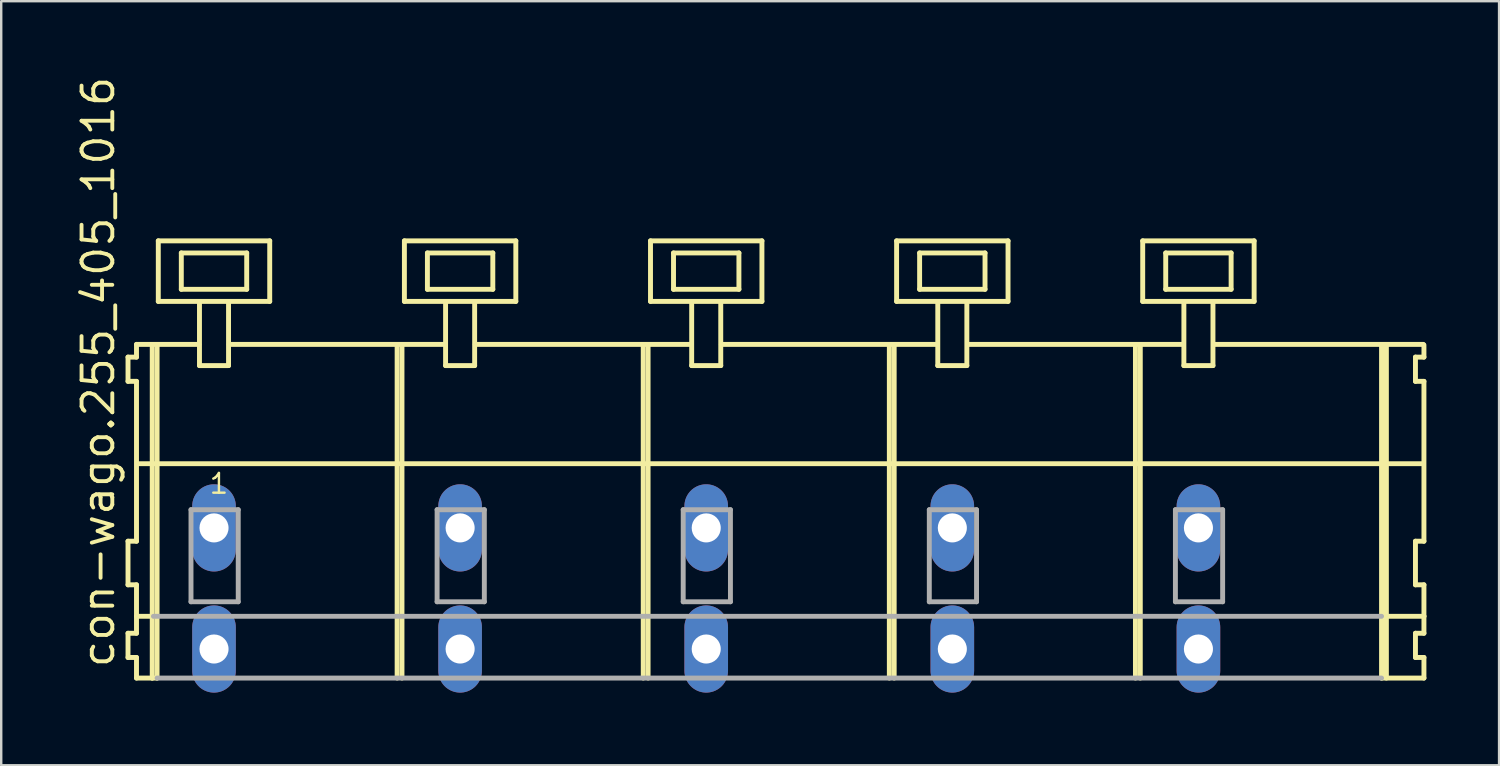
<source format=kicad_pcb>
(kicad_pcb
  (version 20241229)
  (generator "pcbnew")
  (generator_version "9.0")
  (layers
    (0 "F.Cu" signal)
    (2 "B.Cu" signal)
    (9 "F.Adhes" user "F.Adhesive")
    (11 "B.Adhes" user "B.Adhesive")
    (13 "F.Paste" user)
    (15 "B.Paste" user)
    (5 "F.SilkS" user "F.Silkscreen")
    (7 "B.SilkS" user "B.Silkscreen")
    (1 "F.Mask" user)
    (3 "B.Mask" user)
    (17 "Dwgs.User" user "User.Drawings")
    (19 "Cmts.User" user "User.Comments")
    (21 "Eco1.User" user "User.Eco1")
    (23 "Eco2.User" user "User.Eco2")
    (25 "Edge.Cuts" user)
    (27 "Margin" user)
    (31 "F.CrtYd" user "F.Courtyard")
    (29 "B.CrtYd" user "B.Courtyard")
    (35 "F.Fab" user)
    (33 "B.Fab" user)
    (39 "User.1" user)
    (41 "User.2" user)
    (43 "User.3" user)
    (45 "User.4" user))
  (footprint "con-wago.255_405_1016"
    (layer "F.Cu")
    (at 23.565 18.743)
    (property "Reference" "con-wago.255_405_1016" (at -21.815 5.855 90) (layer "F.SilkS") (effects (font (size 1.27 1.27) (thickness 0.16)) (justify left bottom)))
    (attr through_hole)
    (fp_line (start -21.33 -7.05) (end -21.33 -6.05) (stroke (width 0.203) (type default)) (layer "F.SilkS"))
    (fp_line (start -21.33 -6.05) (end -20.98 -6.05) (stroke (width 0.203) (type default)) (layer "F.SilkS"))
    (fp_line (start -21.33 0.55) (end -21.33 2.35) (stroke (width 0.203) (type default)) (layer "F.SilkS"))
    (fp_line (start -21.33 2.35) (end -20.98 2.35) (stroke (width 0.203) (type default)) (layer "F.SilkS"))
    (fp_line (start -21.33 4.35) (end -21.33 5.35) (stroke (width 0.203) (type default)) (layer "F.SilkS"))
    (fp_line (start -21.33 5.35) (end -20.98 5.35) (stroke (width 0.203) (type default)) (layer "F.SilkS"))
    (fp_line (start -20.98 -7.575) (end -20.98 -7.05) (stroke (width 0.203) (type default)) (layer "F.SilkS"))
    (fp_line (start -20.98 -7.575) (end -18.405 -7.575) (stroke (width 0.203) (type default)) (layer "F.SilkS"))
    (fp_line (start -20.98 -7.05) (end -21.33 -7.05) (stroke (width 0.203) (type default)) (layer "F.SilkS"))
    (fp_line (start -20.98 -6.05) (end -20.98 0.55) (stroke (width 0.203) (type default)) (layer "F.SilkS"))
    (fp_line (start -20.98 0.55) (end -21.33 0.55) (stroke (width 0.203) (type default)) (layer "F.SilkS"))
    (fp_line (start -20.98 2.35) (end -20.98 4.35) (stroke (width 0.203) (type default)) (layer "F.SilkS"))
    (fp_line (start -20.98 3.65) (end -20.28 3.65) (stroke (width 0.203) (type default)) (layer "F.SilkS"))
    (fp_line (start -20.98 4.35) (end -21.33 4.35) (stroke (width 0.203) (type default)) (layer "F.SilkS"))
    (fp_line (start -20.98 5.35) (end -20.98 6.2) (stroke (width 0.203) (type default)) (layer "F.SilkS"))
    (fp_line (start -20.98 6.2) (end -20.33 6.2) (stroke (width 0.203) (type default)) (layer "F.SilkS"))
    (fp_line (start -20.93 -2.65) (end 32.12 -2.65) (stroke (width 0.203) (type default)) (layer "F.SilkS"))
    (fp_line (start -20.33 -7.55) (end -20.33 6.2) (stroke (width 0.203) (type default)) (layer "F.SilkS"))
    (fp_line (start -20.33 6.2) (end -20.13 6.2) (stroke (width 0.203) (type default)) (layer "F.SilkS"))
    (fp_line (start -20.13 -7.55) (end -20.13 6.2) (stroke (width 0.203) (type default)) (layer "F.SilkS"))
    (fp_line (start -20.08 -11.85) (end -20.08 -9.35) (stroke (width 0.203) (type default)) (layer "F.SilkS"))
    (fp_line (start -20.08 -9.35) (end -18.38 -9.35) (stroke (width 0.203) (type default)) (layer "F.SilkS"))
    (fp_line (start -19.13 -11.35) (end -19.13 -9.85) (stroke (width 0.203) (type default)) (layer "F.SilkS"))
    (fp_line (start -19.13 -9.85) (end -16.43 -9.85) (stroke (width 0.203) (type default)) (layer "F.SilkS"))
    (fp_line (start -18.38 -9.35) (end -18.38 -6.7) (stroke (width 0.203) (type default)) (layer "F.SilkS"))
    (fp_line (start -18.38 -9.35) (end -17.18 -9.35) (stroke (width 0.203) (type default)) (layer "F.SilkS"))
    (fp_line (start -18.38 -6.7) (end -17.18 -6.7) (stroke (width 0.203) (type default)) (layer "F.SilkS"))
    (fp_line (start -17.18 -9.35) (end -15.48 -9.35) (stroke (width 0.203) (type default)) (layer "F.SilkS"))
    (fp_line (start -17.18 -6.7) (end -17.18 -9.35) (stroke (width 0.203) (type default)) (layer "F.SilkS"))
    (fp_line (start -17.155 -7.575) (end -8.241 -7.575) (stroke (width 0.203) (type default)) (layer "F.SilkS"))
    (fp_line (start -16.43 -11.35) (end -19.13 -11.35) (stroke (width 0.203) (type default)) (layer "F.SilkS"))
    (fp_line (start -16.43 -9.85) (end -16.43 -11.35) (stroke (width 0.203) (type default)) (layer "F.SilkS"))
    (fp_line (start -15.48 -11.85) (end -20.08 -11.85) (stroke (width 0.203) (type default)) (layer "F.SilkS"))
    (fp_line (start -15.48 -9.35) (end -15.48 -11.85) (stroke (width 0.203) (type default)) (layer "F.SilkS"))
    (fp_line (start -10.22 -7.55) (end -10.22 6.2) (stroke (width 0.203) (type default)) (layer "F.SilkS"))
    (fp_line (start -10.02 -7.55) (end -10.02 6.2) (stroke (width 0.203) (type default)) (layer "F.SilkS"))
    (fp_line (start -9.92 -11.85) (end -9.92 -9.35) (stroke (width 0.203) (type default)) (layer "F.SilkS"))
    (fp_line (start -9.92 -9.35) (end -8.22 -9.35) (stroke (width 0.203) (type default)) (layer "F.SilkS"))
    (fp_line (start -8.97 -11.35) (end -8.97 -9.85) (stroke (width 0.203) (type default)) (layer "F.SilkS"))
    (fp_line (start -8.97 -9.85) (end -6.27 -9.85) (stroke (width 0.203) (type default)) (layer "F.SilkS"))
    (fp_line (start -8.22 -9.35) (end -8.22 -6.7) (stroke (width 0.203) (type default)) (layer "F.SilkS"))
    (fp_line (start -8.22 -9.35) (end -7.02 -9.35) (stroke (width 0.203) (type default)) (layer "F.SilkS"))
    (fp_line (start -8.22 -6.7) (end -7.02 -6.7) (stroke (width 0.203) (type default)) (layer "F.SilkS"))
    (fp_line (start -7.02 -9.35) (end -5.32 -9.35) (stroke (width 0.203) (type default)) (layer "F.SilkS"))
    (fp_line (start -7.02 -6.7) (end -7.02 -9.35) (stroke (width 0.203) (type default)) (layer "F.SilkS"))
    (fp_line (start -6.995 -7.575) (end 1.919 -7.575) (stroke (width 0.203) (type default)) (layer "F.SilkS"))
    (fp_line (start -6.27 -11.35) (end -8.97 -11.35) (stroke (width 0.203) (type default)) (layer "F.SilkS"))
    (fp_line (start -6.27 -9.85) (end -6.27 -11.35) (stroke (width 0.203) (type default)) (layer "F.SilkS"))
    (fp_line (start -5.32 -11.85) (end -9.92 -11.85) (stroke (width 0.203) (type default)) (layer "F.SilkS"))
    (fp_line (start -5.32 -9.35) (end -5.32 -11.85) (stroke (width 0.203) (type default)) (layer "F.SilkS"))
    (fp_line (start -0.06 -7.55) (end -0.06 6.2) (stroke (width 0.203) (type default)) (layer "F.SilkS"))
    (fp_line (start 0.14 -7.55) (end 0.14 6.2) (stroke (width 0.203) (type default)) (layer "F.SilkS"))
    (fp_line (start 0.24 -11.85) (end 0.24 -9.35) (stroke (width 0.203) (type default)) (layer "F.SilkS"))
    (fp_line (start 0.24 -9.35) (end 1.94 -9.35) (stroke (width 0.203) (type default)) (layer "F.SilkS"))
    (fp_line (start 1.19 -11.35) (end 1.19 -9.85) (stroke (width 0.203) (type default)) (layer "F.SilkS"))
    (fp_line (start 1.19 -9.85) (end 3.89 -9.85) (stroke (width 0.203) (type default)) (layer "F.SilkS"))
    (fp_line (start 1.94 -9.35) (end 1.94 -6.7) (stroke (width 0.203) (type default)) (layer "F.SilkS"))
    (fp_line (start 1.94 -9.35) (end 3.14 -9.35) (stroke (width 0.203) (type default)) (layer "F.SilkS"))
    (fp_line (start 1.94 -6.7) (end 3.14 -6.7) (stroke (width 0.203) (type default)) (layer "F.SilkS"))
    (fp_line (start 3.14 -9.35) (end 4.84 -9.35) (stroke (width 0.203) (type default)) (layer "F.SilkS"))
    (fp_line (start 3.14 -6.7) (end 3.14 -9.35) (stroke (width 0.203) (type default)) (layer "F.SilkS"))
    (fp_line (start 3.165 -7.575) (end 12.079 -7.575) (stroke (width 0.203) (type default)) (layer "F.SilkS"))
    (fp_line (start 3.89 -11.35) (end 1.19 -11.35) (stroke (width 0.203) (type default)) (layer "F.SilkS"))
    (fp_line (start 3.89 -9.85) (end 3.89 -11.35) (stroke (width 0.203) (type default)) (layer "F.SilkS"))
    (fp_line (start 4.84 -11.85) (end 0.24 -11.85) (stroke (width 0.203) (type default)) (layer "F.SilkS"))
    (fp_line (start 4.84 -9.35) (end 4.84 -11.85) (stroke (width 0.203) (type default)) (layer "F.SilkS"))
    (fp_line (start 10.1 -7.55) (end 10.1 6.2) (stroke (width 0.203) (type default)) (layer "F.SilkS"))
    (fp_line (start 10.3 -7.55) (end 10.3 6.2) (stroke (width 0.203) (type default)) (layer "F.SilkS"))
    (fp_line (start 10.4 -11.85) (end 10.4 -9.35) (stroke (width 0.203) (type default)) (layer "F.SilkS"))
    (fp_line (start 10.4 -9.35) (end 12.1 -9.35) (stroke (width 0.203) (type default)) (layer "F.SilkS"))
    (fp_line (start 11.35 -11.35) (end 11.35 -9.85) (stroke (width 0.203) (type default)) (layer "F.SilkS"))
    (fp_line (start 11.35 -9.85) (end 14.05 -9.85) (stroke (width 0.203) (type default)) (layer "F.SilkS"))
    (fp_line (start 12.1 -9.35) (end 12.1 -6.7) (stroke (width 0.203) (type default)) (layer "F.SilkS"))
    (fp_line (start 12.1 -9.35) (end 13.3 -9.35) (stroke (width 0.203) (type default)) (layer "F.SilkS"))
    (fp_line (start 12.1 -6.7) (end 13.3 -6.7) (stroke (width 0.203) (type default)) (layer "F.SilkS"))
    (fp_line (start 13.3 -9.35) (end 15 -9.35) (stroke (width 0.203) (type default)) (layer "F.SilkS"))
    (fp_line (start 13.3 -6.7) (end 13.3 -9.35) (stroke (width 0.203) (type default)) (layer "F.SilkS"))
    (fp_line (start 13.325 -7.575) (end 22.239 -7.575) (stroke (width 0.203) (type default)) (layer "F.SilkS"))
    (fp_line (start 14.05 -11.35) (end 11.35 -11.35) (stroke (width 0.203) (type default)) (layer "F.SilkS"))
    (fp_line (start 14.05 -9.85) (end 14.05 -11.35) (stroke (width 0.203) (type default)) (layer "F.SilkS"))
    (fp_line (start 15 -11.85) (end 10.4 -11.85) (stroke (width 0.203) (type default)) (layer "F.SilkS"))
    (fp_line (start 15 -9.35) (end 15 -11.85) (stroke (width 0.203) (type default)) (layer "F.SilkS"))
    (fp_line (start 20.26 -7.55) (end 20.26 6.2) (stroke (width 0.203) (type default)) (layer "F.SilkS"))
    (fp_line (start 20.46 -7.55) (end 20.46 6.2) (stroke (width 0.203) (type default)) (layer "F.SilkS"))
    (fp_line (start 20.56 -11.85) (end 20.56 -9.35) (stroke (width 0.203) (type default)) (layer "F.SilkS"))
    (fp_line (start 20.56 -9.35) (end 22.26 -9.35) (stroke (width 0.203) (type default)) (layer "F.SilkS"))
    (fp_line (start 21.51 -11.35) (end 21.51 -9.85) (stroke (width 0.203) (type default)) (layer "F.SilkS"))
    (fp_line (start 21.51 -9.85) (end 24.21 -9.85) (stroke (width 0.203) (type default)) (layer "F.SilkS"))
    (fp_line (start 22.26 -9.35) (end 22.26 -6.7) (stroke (width 0.203) (type default)) (layer "F.SilkS"))
    (fp_line (start 22.26 -9.35) (end 23.46 -9.35) (stroke (width 0.203) (type default)) (layer "F.SilkS"))
    (fp_line (start 22.26 -6.7) (end 23.46 -6.7) (stroke (width 0.203) (type default)) (layer "F.SilkS"))
    (fp_line (start 23.46 -9.35) (end 25.16 -9.35) (stroke (width 0.203) (type default)) (layer "F.SilkS"))
    (fp_line (start 23.46 -6.7) (end 23.46 -9.35) (stroke (width 0.203) (type default)) (layer "F.SilkS"))
    (fp_line (start 23.485 -7.575) (end 32.145 -7.575) (stroke (width 0.203) (type default)) (layer "F.SilkS"))
    (fp_line (start 24.21 -11.35) (end 21.51 -11.35) (stroke (width 0.203) (type default)) (layer "F.SilkS"))
    (fp_line (start 24.21 -9.85) (end 24.21 -11.35) (stroke (width 0.203) (type default)) (layer "F.SilkS"))
    (fp_line (start 25.16 -11.85) (end 20.56 -11.85) (stroke (width 0.203) (type default)) (layer "F.SilkS"))
    (fp_line (start 25.16 -9.35) (end 25.16 -11.85) (stroke (width 0.203) (type default)) (layer "F.SilkS"))
    (fp_line (start 30.42 -7.55) (end 30.42 6.2) (stroke (width 0.203) (type default)) (layer "F.SilkS"))
    (fp_line (start 30.42 6.2) (end 32.17 6.2) (stroke (width 0.203) (type default)) (layer "F.SilkS"))
    (fp_line (start 30.47 3.65) (end 32.17 3.65) (stroke (width 0.203) (type default)) (layer "F.SilkS"))
    (fp_line (start 30.62 -7.55) (end 30.62 6.2) (stroke (width 0.203) (type default)) (layer "F.SilkS"))
    (fp_line (start 31.82 -7.05) (end 31.82 -6.05) (stroke (width 0.203) (type default)) (layer "F.SilkS"))
    (fp_line (start 31.82 -6.05) (end 32.17 -6.05) (stroke (width 0.203) (type default)) (layer "F.SilkS"))
    (fp_line (start 31.82 0.55) (end 31.82 2.35) (stroke (width 0.203) (type default)) (layer "F.SilkS"))
    (fp_line (start 31.82 2.35) (end 32.17 2.35) (stroke (width 0.203) (type default)) (layer "F.SilkS"))
    (fp_line (start 31.82 4.35) (end 31.82 5.35) (stroke (width 0.203) (type default)) (layer "F.SilkS"))
    (fp_line (start 31.82 5.35) (end 32.17 5.35) (stroke (width 0.203) (type default)) (layer "F.SilkS"))
    (fp_line (start 32.17 -7.05) (end 31.82 -7.05) (stroke (width 0.203) (type default)) (layer "F.SilkS"))
    (fp_line (start 32.17 -7.05) (end 32.17 -7.55) (stroke (width 0.203) (type default)) (layer "F.SilkS"))
    (fp_line (start 32.17 0.55) (end 31.82 0.55) (stroke (width 0.203) (type default)) (layer "F.SilkS"))
    (fp_line (start 32.17 0.55) (end 32.17 -6.05) (stroke (width 0.203) (type default)) (layer "F.SilkS"))
    (fp_line (start 32.17 3.65) (end 32.17 2.35) (stroke (width 0.203) (type default)) (layer "F.SilkS"))
    (fp_line (start 32.17 4.35) (end 31.82 4.35) (stroke (width 0.203) (type default)) (layer "F.SilkS"))
    (fp_line (start 32.17 4.35) (end 32.17 3.65) (stroke (width 0.203) (type default)) (layer "F.SilkS"))
    (fp_line (start 32.17 6.2) (end 32.17 5.35) (stroke (width 0.203) (type default)) (layer "F.SilkS"))
    (fp_line (start -20.28 3.65) (end 30.42 3.65) (stroke (width 0.203) (type default)) (layer "F.Fab"))
    (fp_line (start -20.13 6.2) (end 30.42 6.2) (stroke (width 0.203) (type default)) (layer "F.Fab"))
    (fp_line (start -18.73 -0.75) (end -18.73 3.05) (stroke (width 0.203) (type default)) (layer "F.Fab"))
    (fp_line (start -18.73 3.05) (end -16.78 3.05) (stroke (width 0.203) (type default)) (layer "F.Fab"))
    (fp_line (start -16.78 -0.75) (end -18.73 -0.75) (stroke (width 0.203) (type default)) (layer "F.Fab"))
    (fp_line (start -16.78 3.05) (end -16.78 -0.75) (stroke (width 0.203) (type default)) (layer "F.Fab"))
    (fp_line (start -8.57 -0.75) (end -8.57 3.05) (stroke (width 0.203) (type default)) (layer "F.Fab"))
    (fp_line (start -8.57 3.05) (end -6.62 3.05) (stroke (width 0.203) (type default)) (layer "F.Fab"))
    (fp_line (start -6.62 -0.75) (end -8.57 -0.75) (stroke (width 0.203) (type default)) (layer "F.Fab"))
    (fp_line (start -6.62 3.05) (end -6.62 -0.75) (stroke (width 0.203) (type default)) (layer "F.Fab"))
    (fp_line (start 1.59 -0.75) (end 1.59 3.05) (stroke (width 0.203) (type default)) (layer "F.Fab"))
    (fp_line (start 1.59 3.05) (end 3.54 3.05) (stroke (width 0.203) (type default)) (layer "F.Fab"))
    (fp_line (start 3.54 -0.75) (end 1.59 -0.75) (stroke (width 0.203) (type default)) (layer "F.Fab"))
    (fp_line (start 3.54 3.05) (end 3.54 -0.75) (stroke (width 0.203) (type default)) (layer "F.Fab"))
    (fp_line (start 11.75 -0.75) (end 11.75 3.05) (stroke (width 0.203) (type default)) (layer "F.Fab"))
    (fp_line (start 11.75 3.05) (end 13.7 3.05) (stroke (width 0.203) (type default)) (layer "F.Fab"))
    (fp_line (start 13.7 -0.75) (end 11.75 -0.75) (stroke (width 0.203) (type default)) (layer "F.Fab"))
    (fp_line (start 13.7 3.05) (end 13.7 -0.75) (stroke (width 0.203) (type default)) (layer "F.Fab"))
    (fp_line (start 21.91 -0.75) (end 21.91 3.05) (stroke (width 0.203) (type default)) (layer "F.Fab"))
    (fp_line (start 21.91 3.05) (end 23.86 3.05) (stroke (width 0.203) (type default)) (layer "F.Fab"))
    (fp_line (start 23.86 -0.75) (end 21.91 -0.75) (stroke (width 0.203) (type default)) (layer "F.Fab"))
    (fp_line (start 23.86 3.05) (end 23.86 -0.75) (stroke (width 0.203) (type default)) (layer "F.Fab"))
    (fp_text user "1" (at -18.03 -1.35 0) (layer "F.SilkS") (effects (font (size 0.813 0.813) (thickness 0.1)) (justify left bottom)))
    (pad "A1" thru_hole oval (at -17.78 0 90) (size 3.6 1.8) (drill 1.2) (layers "*.Cu" "*.Mask"))
    (pad "A2" thru_hole oval (at -7.62 0 90) (size 3.6 1.8) (drill 1.2) (layers "*.Cu" "*.Mask"))
    (pad "A3" thru_hole oval (at 2.54 0 90) (size 3.6 1.8) (drill 1.2) (layers "*.Cu" "*.Mask"))
    (pad "A4" thru_hole oval (at 12.7 0 90) (size 3.6 1.8) (drill 1.2) (layers "*.Cu" "*.Mask"))
    (pad "A5" thru_hole oval (at 22.86 0 90) (size 3.6 1.8) (drill 1.2) (layers "*.Cu" "*.Mask"))
    (pad "B1" thru_hole oval (at -17.78 5 90) (size 3.6 1.8) (drill 1.2) (layers "*.Cu" "*.Mask"))
    (pad "B2" thru_hole oval (at -7.62 5 90) (size 3.6 1.8) (drill 1.2) (layers "*.Cu" "*.Mask"))
    (pad "B3" thru_hole oval (at 2.54 5 90) (size 3.6 1.8) (drill 1.2) (layers "*.Cu" "*.Mask"))
    (pad "B4" thru_hole oval (at 12.7 5 90) (size 3.6 1.8) (drill 1.2) (layers "*.Cu" "*.Mask"))
    (pad "B5" thru_hole oval (at 22.86 5 90) (size 3.6 1.8) (drill 1.2) (layers "*.Cu" "*.Mask")))
  (gr_rect
    (start -3 -3)
    (end 58.837 28.543)
    (stroke (width 0.1) (type default))
    (fill no)
    (layer "Edge.Cuts")))
</source>
